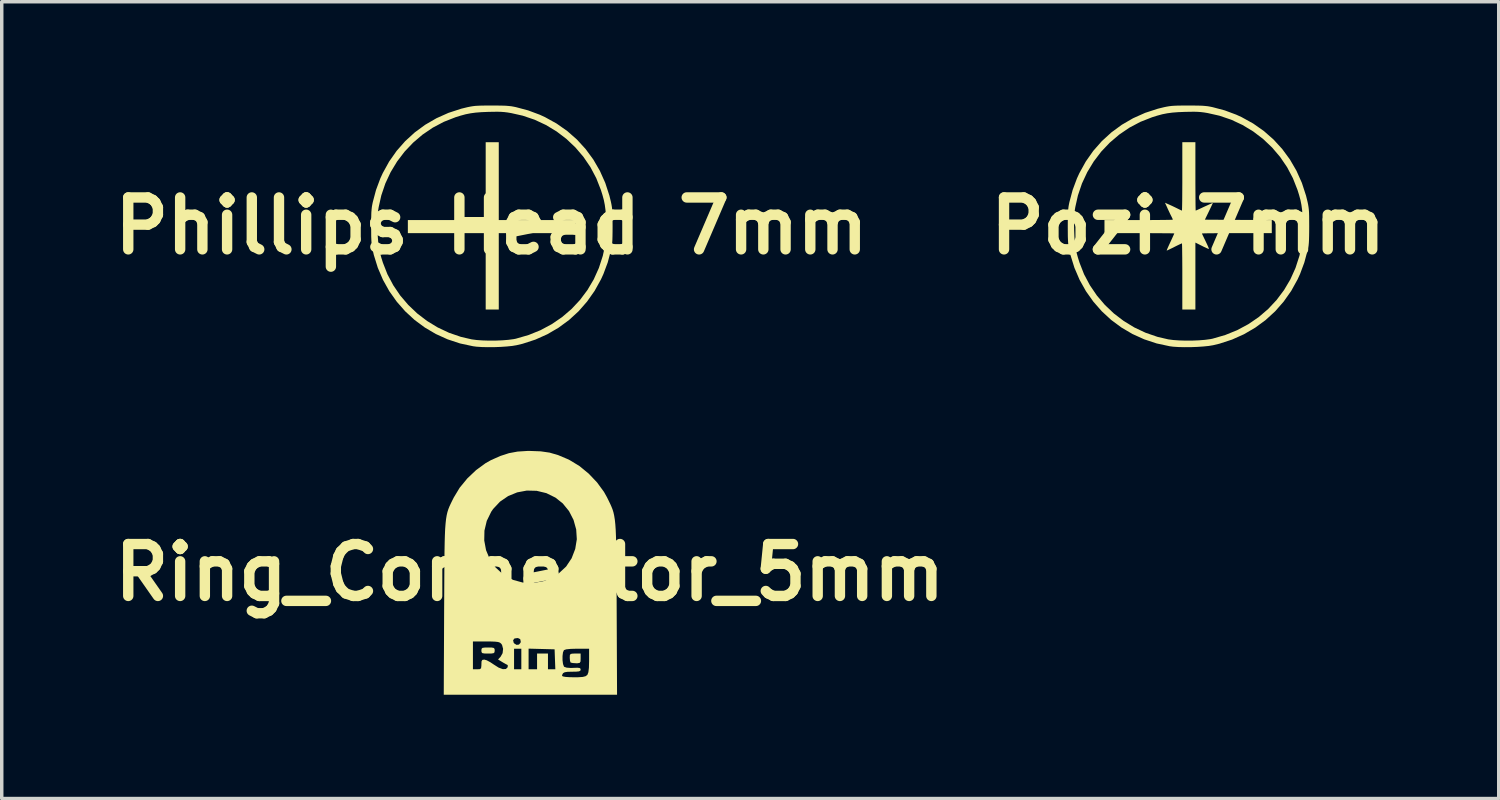
<source format=kicad_pcb>
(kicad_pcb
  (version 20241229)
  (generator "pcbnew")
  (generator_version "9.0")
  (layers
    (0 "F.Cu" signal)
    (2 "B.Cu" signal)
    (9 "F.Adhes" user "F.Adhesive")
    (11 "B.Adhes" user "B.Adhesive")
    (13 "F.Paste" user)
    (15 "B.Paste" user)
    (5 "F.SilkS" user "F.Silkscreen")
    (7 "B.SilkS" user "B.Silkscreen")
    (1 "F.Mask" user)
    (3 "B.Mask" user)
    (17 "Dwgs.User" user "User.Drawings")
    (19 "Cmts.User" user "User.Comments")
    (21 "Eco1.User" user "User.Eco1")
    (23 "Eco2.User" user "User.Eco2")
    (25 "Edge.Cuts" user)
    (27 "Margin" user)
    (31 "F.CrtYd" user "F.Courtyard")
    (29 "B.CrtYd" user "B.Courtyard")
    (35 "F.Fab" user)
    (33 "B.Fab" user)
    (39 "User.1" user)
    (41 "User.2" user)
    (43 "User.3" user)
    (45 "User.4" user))
  (footprint "Ring_Connector_5mm"
    (layer "F.Cu")
    (at 12.264 13.497)
    (property "Reference" "Ring_Connector_5mm" (at 0 0 0) (layer "F.SilkS") (effects (font (size 1.5 1.5) (thickness 0.3))))
    (attr board_only exclude_from_pos_files exclude_from_bom)
    (fp_poly (pts (xy -1.097 2.171) (xy -1.039 2.183) (xy -1.018 2.213) (xy -1.015 2.257) (xy -1.02 2.307) (xy -1.046 2.333) (xy -1.111 2.343) (xy -1.207 2.344) (xy -1.317 2.342) (xy -1.375 2.33) (xy -1.396 2.3) (xy -1.399 2.257) (xy -1.394 2.207) (xy -1.368 2.18) (xy -1.303 2.171) (xy -1.207 2.169)) (stroke (width 0) (type solid)) (fill yes) (layer "F.SilkS"))
    (fp_poly (pts (xy 1.469 2.484) (xy 1.466 2.574) (xy 1.443 2.613) (xy 1.38 2.624) (xy 1.335 2.624) (xy 1.243 2.618) (xy 1.184 2.605) (xy 1.178 2.601) (xy 1.162 2.553) (xy 1.155 2.468) (xy 1.155 2.461) (xy 1.158 2.389) (xy 1.182 2.355) (xy 1.245 2.345) (xy 1.312 2.344) (xy 1.469 2.344)) (stroke (width 0) (type solid)) (fill yes) (layer "F.SilkS"))
    (fp_poly (pts (xy 0.314 -3.501) (xy 0.572 -3.464) (xy 0.817 -3.393) (xy 1.078 -3.283) (xy 1.155 -3.246) (xy 1.434 -3.077) (xy 1.703 -2.856) (xy 1.945 -2.601) (xy 2.144 -2.329) (xy 2.233 -2.169) (xy 2.282 -2.069) (xy 2.325 -1.981) (xy 2.361 -1.9) (xy 2.393 -1.818) (xy 2.419 -1.733) (xy 2.44 -1.636) (xy 2.458 -1.524) (xy 2.472 -1.391) (xy 2.483 -1.231) (xy 2.491 -1.039) (xy 2.497 -0.809) (xy 2.501 -0.536) (xy 2.504 -0.215) (xy 2.507 0.161) (xy 2.509 0.596) (xy 2.511 1.041) (xy 2.522 3.534) (xy 0.017 3.534) (xy -2.487 3.534) (xy -2.485 2.982) (xy 0.93 2.982) (xy 0.955 3.005) (xy 1.037 3.02) (xy 1.041 3.02) (xy 1.149 3.027) (xy 1.29 3.03) (xy 1.395 3.029) (xy 1.53 3.02) (xy 1.613 2.999) (xy 1.662 2.962) (xy 1.666 2.956) (xy 1.693 2.885) (xy 1.709 2.756) (xy 1.714 2.564) (xy 1.714 2.547) (xy 1.714 2.204) (xy 1.371 2.204) (xy 1.185 2.209) (xy 1.055 2.222) (xy 0.989 2.244) (xy 0.987 2.246) (xy 0.959 2.31) (xy 0.946 2.416) (xy 0.946 2.536) (xy 0.96 2.646) (xy 0.987 2.719) (xy 0.996 2.728) (xy 1.066 2.752) (xy 1.19 2.761) (xy 1.258 2.758) (xy 1.376 2.754) (xy 1.441 2.762) (xy 1.466 2.784) (xy 1.469 2.808) (xy 1.46 2.84) (xy 1.422 2.859) (xy 1.341 2.867) (xy 1.226 2.869) (xy 1.092 2.872) (xy 1.012 2.884) (xy 0.966 2.908) (xy 0.946 2.937) (xy 0.93 2.982) (xy -2.485 2.982) (xy -2.482 2.397) (xy -1.644 2.397) (xy -1.644 2.799) (xy -1.522 2.799) (xy -1.444 2.795) (xy -1.409 2.769) (xy -1.4 2.7) (xy -1.399 2.659) (xy -1.395 2.569) (xy -1.372 2.528) (xy -1.32 2.519) (xy -1.315 2.519) (xy -1.245 2.539) (xy -1.144 2.593) (xy -1.045 2.659) (xy -0.902 2.75) (xy -0.781 2.795) (xy -0.691 2.791) (xy -0.64 2.74) (xy -0.636 2.685) (xy -0.65 2.67) (xy -0.699 2.646) (xy -0.779 2.6) (xy -0.8 2.587) (xy -0.918 2.515) (xy -0.905 2.502) (xy -0.455 2.502) (xy -0.455 2.799) (xy -0.35 2.799) (xy -0.245 2.799) (xy -0.245 2.502) (xy -0.245 2.5) (xy -0.035 2.5) (xy -0.035 2.799) (xy 0.087 2.799) (xy 0.21 2.799) (xy 0.21 2.571) (xy 0.21 2.344) (xy 0.367 2.344) (xy 0.525 2.344) (xy 0.525 2.571) (xy 0.525 2.799) (xy 0.631 2.799) (xy 0.738 2.799) (xy 0.727 2.51) (xy 0.717 2.222) (xy 0.341 2.212) (xy -0.035 2.202) (xy -0.035 2.5) (xy -0.245 2.5) (xy -0.245 2.204) (xy -0.35 2.204) (xy -0.455 2.204) (xy -0.455 2.502) (xy -0.905 2.502) (xy -0.844 2.436) (xy -0.786 2.332) (xy -0.772 2.208) (xy -0.802 2.095) (xy -0.828 2.058) (xy -0.863 2.029) (xy -0.917 2.01) (xy -1.004 2) (xy -1.136 1.995) (xy -1.265 1.994) (xy -1.644 1.994) (xy -1.644 2.397) (xy -2.482 2.397) (xy -2.48 1.96) (xy -0.483 1.96) (xy -0.465 2.033) (xy -0.453 2.049) (xy -0.384 2.093) (xy -0.314 2.085) (xy -0.268 2.032) (xy -0.262 1.994) (xy -0.278 1.927) (xy -0.337 1.899) (xy -0.359 1.896) (xy -0.444 1.909) (xy -0.483 1.96) (xy -2.48 1.96) (xy -2.476 1.041) (xy -2.473 0.547) (xy -2.471 0.118) (xy -2.469 -0.252) (xy -2.466 -0.569) (xy -2.461 -0.837) (xy -2.459 -0.925) (xy -1.317 -0.925) (xy -1.265 -0.645) (xy -1.155 -0.382) (xy -0.991 -0.146) (xy -0.775 0.054) (xy -0.743 0.077) (xy -0.481 0.216) (xy -0.198 0.293) (xy 0.094 0.306) (xy 0.383 0.255) (xy 0.564 0.186) (xy 0.835 0.028) (xy 1.049 -0.17) (xy 1.209 -0.41) (xy 1.313 -0.68) (xy 1.359 -0.96) (xy 1.341 -1.243) (xy 1.264 -1.519) (xy 1.133 -1.774) (xy 0.952 -1.996) (xy 0.742 -2.163) (xy 0.478 -2.293) (xy 0.198 -2.36) (xy -0.086 -2.367) (xy -0.364 -2.315) (xy -0.626 -2.208) (xy -0.861 -2.047) (xy -1.06 -1.835) (xy -1.114 -1.757) (xy -1.244 -1.491) (xy -1.311 -1.21) (xy -1.317 -0.925) (xy -2.459 -0.925) (xy -2.455 -1.063) (xy -2.447 -1.252) (xy -2.435 -1.409) (xy -2.421 -1.54) (xy -2.403 -1.65) (xy -2.381 -1.745) (xy -2.354 -1.83) (xy -2.322 -1.91) (xy -2.284 -1.992) (xy -2.241 -2.08) (xy -2.196 -2.169) (xy -2.027 -2.449) (xy -1.806 -2.718) (xy -1.551 -2.96) (xy -1.278 -3.159) (xy -1.12 -3.248) (xy -0.849 -3.368) (xy -0.603 -3.448) (xy -0.354 -3.494) (xy -0.074 -3.512) (xy 0.017 -3.512)) (stroke (width 0) (type solid)) (fill yes) (layer "F.SilkS")))
  (footprint "Phillips Head 7mm"
    (layer "F.Cu")
    (at 11.157 3.479)
    (property "Reference" "Phillips Head 7mm" (at 0 0 0) (layer "F.SilkS") (effects (font (size 1.5 1.5) (thickness 0.3))))
    (attr board_only exclude_from_pos_files exclude_from_bom)
    (fp_poly (pts (xy 0.21 -1.293) (xy 0.21 -0.168) (xy 1.314 -0.168) (xy 2.418 -0.168) (xy 2.418 0.021) (xy 2.418 0.21) (xy 1.314 0.21) (xy 0.21 0.21) (xy 0.21 1.314) (xy 0.21 2.418) (xy 0.021 2.418) (xy -0.168 2.418) (xy -0.168 1.314) (xy -0.168 0.21) (xy -1.293 0.21) (xy -2.418 0.21) (xy -2.418 0.021) (xy -2.418 -0.168) (xy -1.293 -0.168) (xy -0.168 -0.168) (xy -0.168 -1.293) (xy -0.168 -2.418) (xy 0.021 -2.418) (xy 0.21 -2.418)) (stroke (width 0) (type solid)) (fill yes) (layer "F.SilkS"))
    (fp_poly (pts (xy 0.011 -3.479) (xy 0.175 -3.478) (xy 0.305 -3.476) (xy 0.409 -3.473) (xy 0.494 -3.466) (xy 0.57 -3.458) (xy 0.643 -3.445) (xy 0.71 -3.431) (xy 1.059 -3.338) (xy 1.392 -3.214) (xy 1.545 -3.144) (xy 1.88 -2.959) (xy 2.189 -2.742) (xy 2.47 -2.495) (xy 2.722 -2.219) (xy 2.943 -1.918) (xy 3.132 -1.592) (xy 3.288 -1.243) (xy 3.408 -0.874) (xy 3.452 -0.694) (xy 3.468 -0.616) (xy 3.48 -0.544) (xy 3.489 -0.47) (xy 3.495 -0.385) (xy 3.498 -0.283) (xy 3.499 -0.155) (xy 3.5 0.008) (xy 3.5 0.011) (xy 3.499 0.175) (xy 3.497 0.305) (xy 3.494 0.409) (xy 3.488 0.494) (xy 3.479 0.57) (xy 3.466 0.643) (xy 3.452 0.71) (xy 3.359 1.059) (xy 3.235 1.392) (xy 3.165 1.545) (xy 2.98 1.879) (xy 2.763 2.187) (xy 2.516 2.469) (xy 2.241 2.721) (xy 1.94 2.942) (xy 1.615 3.132) (xy 1.269 3.287) (xy 0.904 3.406) (xy 0.725 3.449) (xy 0.6 3.47) (xy 0.444 3.486) (xy 0.267 3.498) (xy 0.08 3.505) (xy -0.107 3.506) (xy -0.282 3.502) (xy -0.435 3.492) (xy -0.533 3.479) (xy -0.91 3.398) (xy -1.27 3.279) (xy -1.61 3.125) (xy -1.929 2.937) (xy -2.225 2.718) (xy -2.495 2.469) (xy -2.738 2.192) (xy -2.953 1.889) (xy -3.136 1.562) (xy -3.286 1.213) (xy -3.401 0.843) (xy -3.431 0.715) (xy -3.447 0.637) (xy -3.459 0.565) (xy -3.468 0.491) (xy -3.473 0.406) (xy -3.477 0.304) (xy -3.478 0.176) (xy -3.479 0.013) (xy -3.479 0.011) (xy -3.478 -0.154) (xy -3.478 -0.162) (xy -3.299 -0.162) (xy -3.298 -0.042) (xy -3.295 0.109) (xy -3.295 0.116) (xy -3.287 0.312) (xy -3.274 0.478) (xy -3.254 0.626) (xy -3.226 0.768) (xy -3.186 0.915) (xy -3.14 1.062) (xy -3.008 1.399) (xy -2.839 1.717) (xy -2.638 2.013) (xy -2.406 2.285) (xy -2.146 2.532) (xy -1.862 2.749) (xy -1.555 2.936) (xy -1.228 3.09) (xy -0.885 3.208) (xy -0.575 3.28) (xy -0.432 3.299) (xy -0.261 3.311) (xy -0.073 3.317) (xy 0.121 3.316) (xy 0.312 3.308) (xy 0.487 3.294) (xy 0.638 3.274) (xy 0.704 3.261) (xy 1.071 3.155) (xy 1.417 3.015) (xy 1.741 2.841) (xy 2.04 2.637) (xy 2.313 2.403) (xy 2.557 2.142) (xy 2.772 1.856) (xy 2.955 1.547) (xy 3.104 1.216) (xy 3.217 0.866) (xy 3.283 0.565) (xy 3.299 0.463) (xy 3.31 0.372) (xy 3.317 0.282) (xy 3.32 0.183) (xy 3.319 0.063) (xy 3.316 -0.088) (xy 3.316 -0.095) (xy 3.308 -0.291) (xy 3.295 -0.457) (xy 3.275 -0.605) (xy 3.247 -0.747) (xy 3.207 -0.894) (xy 3.161 -1.041) (xy 3.028 -1.379) (xy 2.86 -1.697) (xy 2.658 -1.994) (xy 2.426 -2.266) (xy 2.167 -2.512) (xy 1.882 -2.729) (xy 1.575 -2.915) (xy 1.248 -3.068) (xy 0.903 -3.185) (xy 0.565 -3.261) (xy 0.463 -3.278) (xy 0.372 -3.289) (xy 0.282 -3.296) (xy 0.183 -3.299) (xy 0.063 -3.298) (xy -0.088 -3.295) (xy -0.095 -3.295) (xy -0.291 -3.287) (xy -0.457 -3.274) (xy -0.605 -3.254) (xy -0.747 -3.226) (xy -0.894 -3.186) (xy -1.041 -3.14) (xy -1.379 -3.007) (xy -1.697 -2.839) (xy -1.994 -2.637) (xy -2.266 -2.405) (xy -2.512 -2.146) (xy -2.729 -1.861) (xy -2.915 -1.554) (xy -3.068 -1.227) (xy -3.185 -0.882) (xy -3.261 -0.544) (xy -3.278 -0.442) (xy -3.289 -0.351) (xy -3.296 -0.261) (xy -3.299 -0.162) (xy -3.478 -0.162) (xy -3.476 -0.284) (xy -3.473 -0.388) (xy -3.466 -0.473) (xy -3.458 -0.549) (xy -3.445 -0.622) (xy -3.431 -0.689) (xy -3.338 -1.038) (xy -3.214 -1.371) (xy -3.144 -1.524) (xy -2.959 -1.859) (xy -2.742 -2.168) (xy -2.495 -2.449) (xy -2.219 -2.701) (xy -1.918 -2.922) (xy -1.592 -3.111) (xy -1.243 -3.267) (xy -0.874 -3.387) (xy -0.694 -3.431) (xy -0.616 -3.447) (xy -0.544 -3.459) (xy -0.47 -3.468) (xy -0.385 -3.473) (xy -0.283 -3.477) (xy -0.155 -3.478) (xy 0.008 -3.479)) (stroke (width 0) (type solid)) (fill yes) (layer "F.SilkS")))
  (footprint "Pozi 7mm"
    (layer "F.Cu")
    (at 31.293 3.479)
    (property "Reference" "Pozi 7mm" (at 0 0 0) (layer "F.SilkS") (effects (font (size 1.5 1.5) (thickness 0.3))))
    (attr board_only exclude_from_pos_files exclude_from_bom)
    (fp_poly (pts (xy 0.21 -1.43) (xy 0.21 -1.23) (xy 0.211 -1.045) (xy 0.212 -0.876) (xy 0.213 -0.73) (xy 0.214 -0.609) (xy 0.216 -0.518) (xy 0.217 -0.461) (xy 0.219 -0.442) (xy 0.24 -0.45) (xy 0.292 -0.473) (xy 0.367 -0.507) (xy 0.458 -0.55) (xy 0.471 -0.556) (xy 0.563 -0.598) (xy 0.638 -0.632) (xy 0.691 -0.655) (xy 0.714 -0.664) (xy 0.715 -0.663) (xy 0.706 -0.643) (xy 0.683 -0.592) (xy 0.648 -0.518) (xy 0.605 -0.429) (xy 0.6 -0.418) (xy 0.484 -0.179) (xy 1.451 -0.173) (xy 2.418 -0.168) (xy 2.418 0.021) (xy 2.418 0.21) (xy 1.409 0.21) (xy 1.207 0.21) (xy 1.019 0.211) (xy 0.848 0.212) (xy 0.699 0.213) (xy 0.576 0.214) (xy 0.482 0.216) (xy 0.422 0.218) (xy 0.4 0.219) (xy 0.4 0.219) (xy 0.408 0.241) (xy 0.432 0.292) (xy 0.467 0.365) (xy 0.505 0.444) (xy 0.546 0.53) (xy 0.578 0.601) (xy 0.597 0.649) (xy 0.601 0.667) (xy 0.58 0.662) (xy 0.53 0.641) (xy 0.459 0.608) (xy 0.402 0.579) (xy 0.21 0.483) (xy 0.21 1.451) (xy 0.21 2.418) (xy 0.021 2.418) (xy -0.168 2.418) (xy -0.168 1.461) (xy -0.168 1.265) (xy -0.169 1.083) (xy -0.17 0.918) (xy -0.172 0.775) (xy -0.173 0.658) (xy -0.175 0.571) (xy -0.177 0.519) (xy -0.179 0.505) (xy -0.201 0.514) (xy -0.253 0.538) (xy -0.326 0.573) (xy -0.4 0.61) (xy -0.484 0.652) (xy -0.555 0.686) (xy -0.602 0.708) (xy -0.619 0.715) (xy -0.615 0.697) (xy -0.595 0.648) (xy -0.563 0.576) (xy -0.522 0.487) (xy -0.514 0.47) (xy -0.471 0.378) (xy -0.436 0.301) (xy -0.411 0.245) (xy -0.4 0.219) (xy -0.4 0.218) (xy -0.42 0.217) (xy -0.478 0.215) (xy -0.57 0.214) (xy -0.693 0.213) (xy -0.841 0.212) (xy -1.01 0.211) (xy -1.198 0.21) (xy -1.398 0.21) (xy -1.409 0.21) (xy -2.418 0.21) (xy -2.418 0.021) (xy -2.418 -0.168) (xy -1.43 -0.168) (xy -1.23 -0.168) (xy -1.045 -0.169) (xy -0.876 -0.17) (xy -0.73 -0.172) (xy -0.609 -0.173) (xy -0.518 -0.175) (xy -0.461 -0.177) (xy -0.442 -0.18) (xy -0.45 -0.204) (xy -0.472 -0.251) (xy -0.485 -0.276) (xy -0.516 -0.338) (xy -0.555 -0.421) (xy -0.596 -0.508) (xy -0.598 -0.515) (xy -0.669 -0.669) (xy -0.554 -0.618) (xy -0.47 -0.58) (xy -0.374 -0.534) (xy -0.315 -0.505) (xy -0.25 -0.473) (xy -0.201 -0.45) (xy -0.179 -0.442) (xy -0.177 -0.462) (xy -0.175 -0.52) (xy -0.173 -0.612) (xy -0.171 -0.734) (xy -0.17 -0.882) (xy -0.169 -1.051) (xy -0.168 -1.237) (xy -0.168 -1.43) (xy -0.168 -2.418) (xy 0.021 -2.418) (xy 0.21 -2.418)) (stroke (width 0) (type solid)) (fill yes) (layer "F.SilkS"))
    (fp_poly (pts (xy 0.011 -3.479) (xy 0.175 -3.478) (xy 0.305 -3.476) (xy 0.409 -3.473) (xy 0.494 -3.466) (xy 0.57 -3.458) (xy 0.643 -3.445) (xy 0.71 -3.431) (xy 1.059 -3.338) (xy 1.392 -3.214) (xy 1.545 -3.144) (xy 1.88 -2.959) (xy 2.189 -2.742) (xy 2.47 -2.495) (xy 2.722 -2.219) (xy 2.943 -1.918) (xy 3.132 -1.592) (xy 3.288 -1.243) (xy 3.408 -0.874) (xy 3.452 -0.694) (xy 3.468 -0.616) (xy 3.48 -0.544) (xy 3.489 -0.47) (xy 3.495 -0.385) (xy 3.498 -0.283) (xy 3.499 -0.155) (xy 3.5 0.008) (xy 3.5 0.011) (xy 3.499 0.175) (xy 3.497 0.305) (xy 3.494 0.409) (xy 3.488 0.494) (xy 3.479 0.57) (xy 3.466 0.643) (xy 3.452 0.71) (xy 3.359 1.059) (xy 3.235 1.392) (xy 3.165 1.545) (xy 2.98 1.879) (xy 2.763 2.187) (xy 2.516 2.469) (xy 2.241 2.721) (xy 1.94 2.942) (xy 1.615 3.132) (xy 1.269 3.287) (xy 0.904 3.406) (xy 0.725 3.449) (xy 0.6 3.47) (xy 0.444 3.486) (xy 0.267 3.498) (xy 0.08 3.505) (xy -0.107 3.506) (xy -0.282 3.502) (xy -0.435 3.492) (xy -0.533 3.479) (xy -0.91 3.398) (xy -1.27 3.279) (xy -1.61 3.125) (xy -1.929 2.937) (xy -2.225 2.718) (xy -2.495 2.469) (xy -2.738 2.192) (xy -2.953 1.889) (xy -3.136 1.562) (xy -3.286 1.213) (xy -3.401 0.843) (xy -3.431 0.715) (xy -3.447 0.637) (xy -3.459 0.565) (xy -3.468 0.491) (xy -3.473 0.406) (xy -3.477 0.304) (xy -3.478 0.176) (xy -3.479 0.013) (xy -3.479 0.011) (xy -3.478 -0.154) (xy -3.478 -0.162) (xy -3.299 -0.162) (xy -3.298 -0.042) (xy -3.295 0.109) (xy -3.295 0.116) (xy -3.287 0.312) (xy -3.274 0.478) (xy -3.254 0.626) (xy -3.226 0.768) (xy -3.186 0.915) (xy -3.14 1.062) (xy -3.008 1.399) (xy -2.839 1.717) (xy -2.638 2.013) (xy -2.406 2.285) (xy -2.146 2.532) (xy -1.862 2.749) (xy -1.555 2.936) (xy -1.228 3.09) (xy -0.885 3.208) (xy -0.575 3.28) (xy -0.432 3.299) (xy -0.261 3.311) (xy -0.073 3.317) (xy 0.121 3.316) (xy 0.312 3.308) (xy 0.487 3.294) (xy 0.638 3.274) (xy 0.704 3.261) (xy 1.071 3.155) (xy 1.417 3.015) (xy 1.741 2.841) (xy 2.04 2.637) (xy 2.313 2.403) (xy 2.557 2.142) (xy 2.772 1.856) (xy 2.955 1.547) (xy 3.104 1.216) (xy 3.217 0.866) (xy 3.283 0.565) (xy 3.299 0.463) (xy 3.31 0.372) (xy 3.317 0.282) (xy 3.32 0.183) (xy 3.319 0.063) (xy 3.316 -0.088) (xy 3.316 -0.095) (xy 3.308 -0.291) (xy 3.295 -0.457) (xy 3.275 -0.605) (xy 3.247 -0.747) (xy 3.207 -0.894) (xy 3.161 -1.041) (xy 3.028 -1.379) (xy 2.86 -1.697) (xy 2.658 -1.994) (xy 2.426 -2.266) (xy 2.167 -2.512) (xy 1.882 -2.729) (xy 1.575 -2.915) (xy 1.248 -3.068) (xy 0.903 -3.185) (xy 0.565 -3.261) (xy 0.463 -3.278) (xy 0.372 -3.289) (xy 0.282 -3.296) (xy 0.183 -3.299) (xy 0.063 -3.298) (xy -0.088 -3.295) (xy -0.095 -3.295) (xy -0.291 -3.287) (xy -0.457 -3.274) (xy -0.605 -3.254) (xy -0.747 -3.226) (xy -0.894 -3.186) (xy -1.041 -3.14) (xy -1.379 -3.007) (xy -1.697 -2.839) (xy -1.994 -2.637) (xy -2.266 -2.405) (xy -2.512 -2.146) (xy -2.729 -1.861) (xy -2.915 -1.554) (xy -3.068 -1.227) (xy -3.185 -0.882) (xy -3.261 -0.544) (xy -3.278 -0.442) (xy -3.289 -0.351) (xy -3.296 -0.261) (xy -3.299 -0.162) (xy -3.478 -0.162) (xy -3.476 -0.284) (xy -3.473 -0.388) (xy -3.466 -0.473) (xy -3.458 -0.549) (xy -3.445 -0.622) (xy -3.431 -0.689) (xy -3.338 -1.038) (xy -3.214 -1.371) (xy -3.144 -1.524) (xy -2.959 -1.859) (xy -2.742 -2.168) (xy -2.495 -2.449) (xy -2.219 -2.701) (xy -1.918 -2.922) (xy -1.592 -3.111) (xy -1.243 -3.267) (xy -0.874 -3.387) (xy -0.694 -3.431) (xy -0.616 -3.447) (xy -0.544 -3.459) (xy -0.47 -3.468) (xy -0.385 -3.473) (xy -0.283 -3.477) (xy -0.155 -3.478) (xy 0.008 -3.479)) (stroke (width 0) (type solid)) (fill yes) (layer "F.SilkS")))
  (gr_rect
    (start -3 -3)
    (end 40.271 20.031)
    (stroke (width 0.1) (type default))
    (fill no)
    (layer "Edge.Cuts")))
</source>
